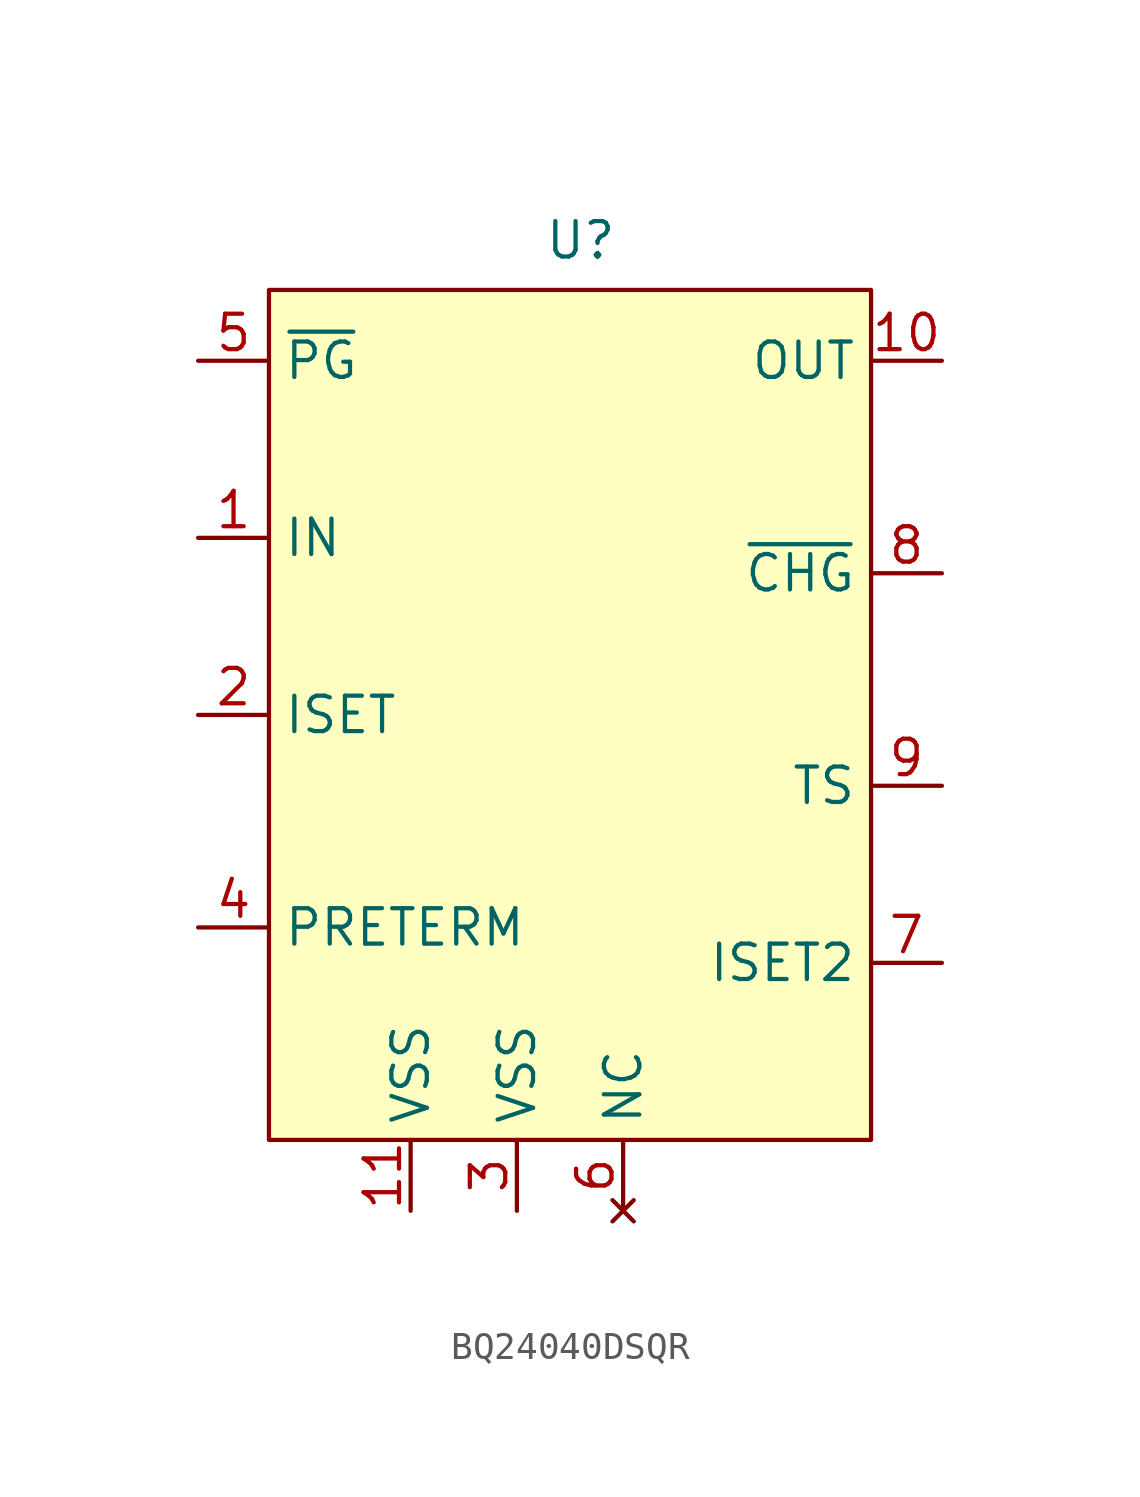
<source format=kicad_sym>
(kicad_symbol_lib
  (version 20241209)
  (generator "kicad_symbol_editor")
  (generator_version "9.0")
  (symbol "BQ24040DSQR"
    (property "Reference" "U"
      (at 7.366 0.508 0)
      (effects (font (size 1.27 1.27))))
    (property "Value" ""
      (at 0 0 0)
      (effects (font (size 1.27 1.27))))
    (symbol "BQ24040DSQR_1_1"
      (rectangle (start -3.81 -1.27) (end 17.78 -31.75) (stroke (width 0) (type solid)) (fill (type background)))
      (pin output line (at -6.35 -3.81 0) (length 2.54) (name "~{PG}" (effects (font (size 1.27 1.27)))) (number "5" (effects (font (size 1.27 1.27)))))
      (pin power_in line (at -6.35 -10.16 0) (length 2.54) (name "IN" (effects (font (size 1.27 1.27)))) (number "1" (effects (font (size 1.27 1.27)))))
      (pin passive line (at -6.35 -16.51 0) (length 2.54) (name "ISET" (effects (font (size 1.27 1.27)))) (number "2" (effects (font (size 1.27 1.27)))))
      (pin input line (at -6.35 -24.13 0) (length 2.54) (name "PRETERM" (effects (font (size 1.27 1.27)))) (number "4" (effects (font (size 1.27 1.27)))))
      (pin power_in line (at 1.27 -34.29 90) (length 2.54) (name "VSS" (effects (font (size 1.27 1.27)))) (number "11" (effects (font (size 1.27 1.27)))))
      (pin power_in line (at 5.08 -34.29 90) (length 2.54) (name "VSS" (effects (font (size 1.27 1.27)))) (number "3" (effects (font (size 1.27 1.27)))))
      (pin no_connect line (at 8.89 -34.29 90) (length 2.54) (name "NC" (effects (font (size 1.27 1.27)))) (number "6" (effects (font (size 1.27 1.27)))))
      (pin output line (at 20.32 -3.81 180) (length 2.54) (name "OUT" (effects (font (size 1.27 1.27)))) (number "10" (effects (font (size 1.27 1.27)))))
      (pin output line (at 20.32 -11.43 180) (length 2.54) (name "~{CHG}" (effects (font (size 1.27 1.27)))) (number "8" (effects (font (size 1.27 1.27)))))
      (pin input line (at 20.32 -19.05 180) (length 2.54) (name "TS" (effects (font (size 1.27 1.27)))) (number "9" (effects (font (size 1.27 1.27)))))
      (pin input line (at 20.32 -25.4 180) (length 2.54) (name "ISET2" (effects (font (size 1.27 1.27)))) (number "7" (effects (font (size 1.27 1.27))))))))
</source>
